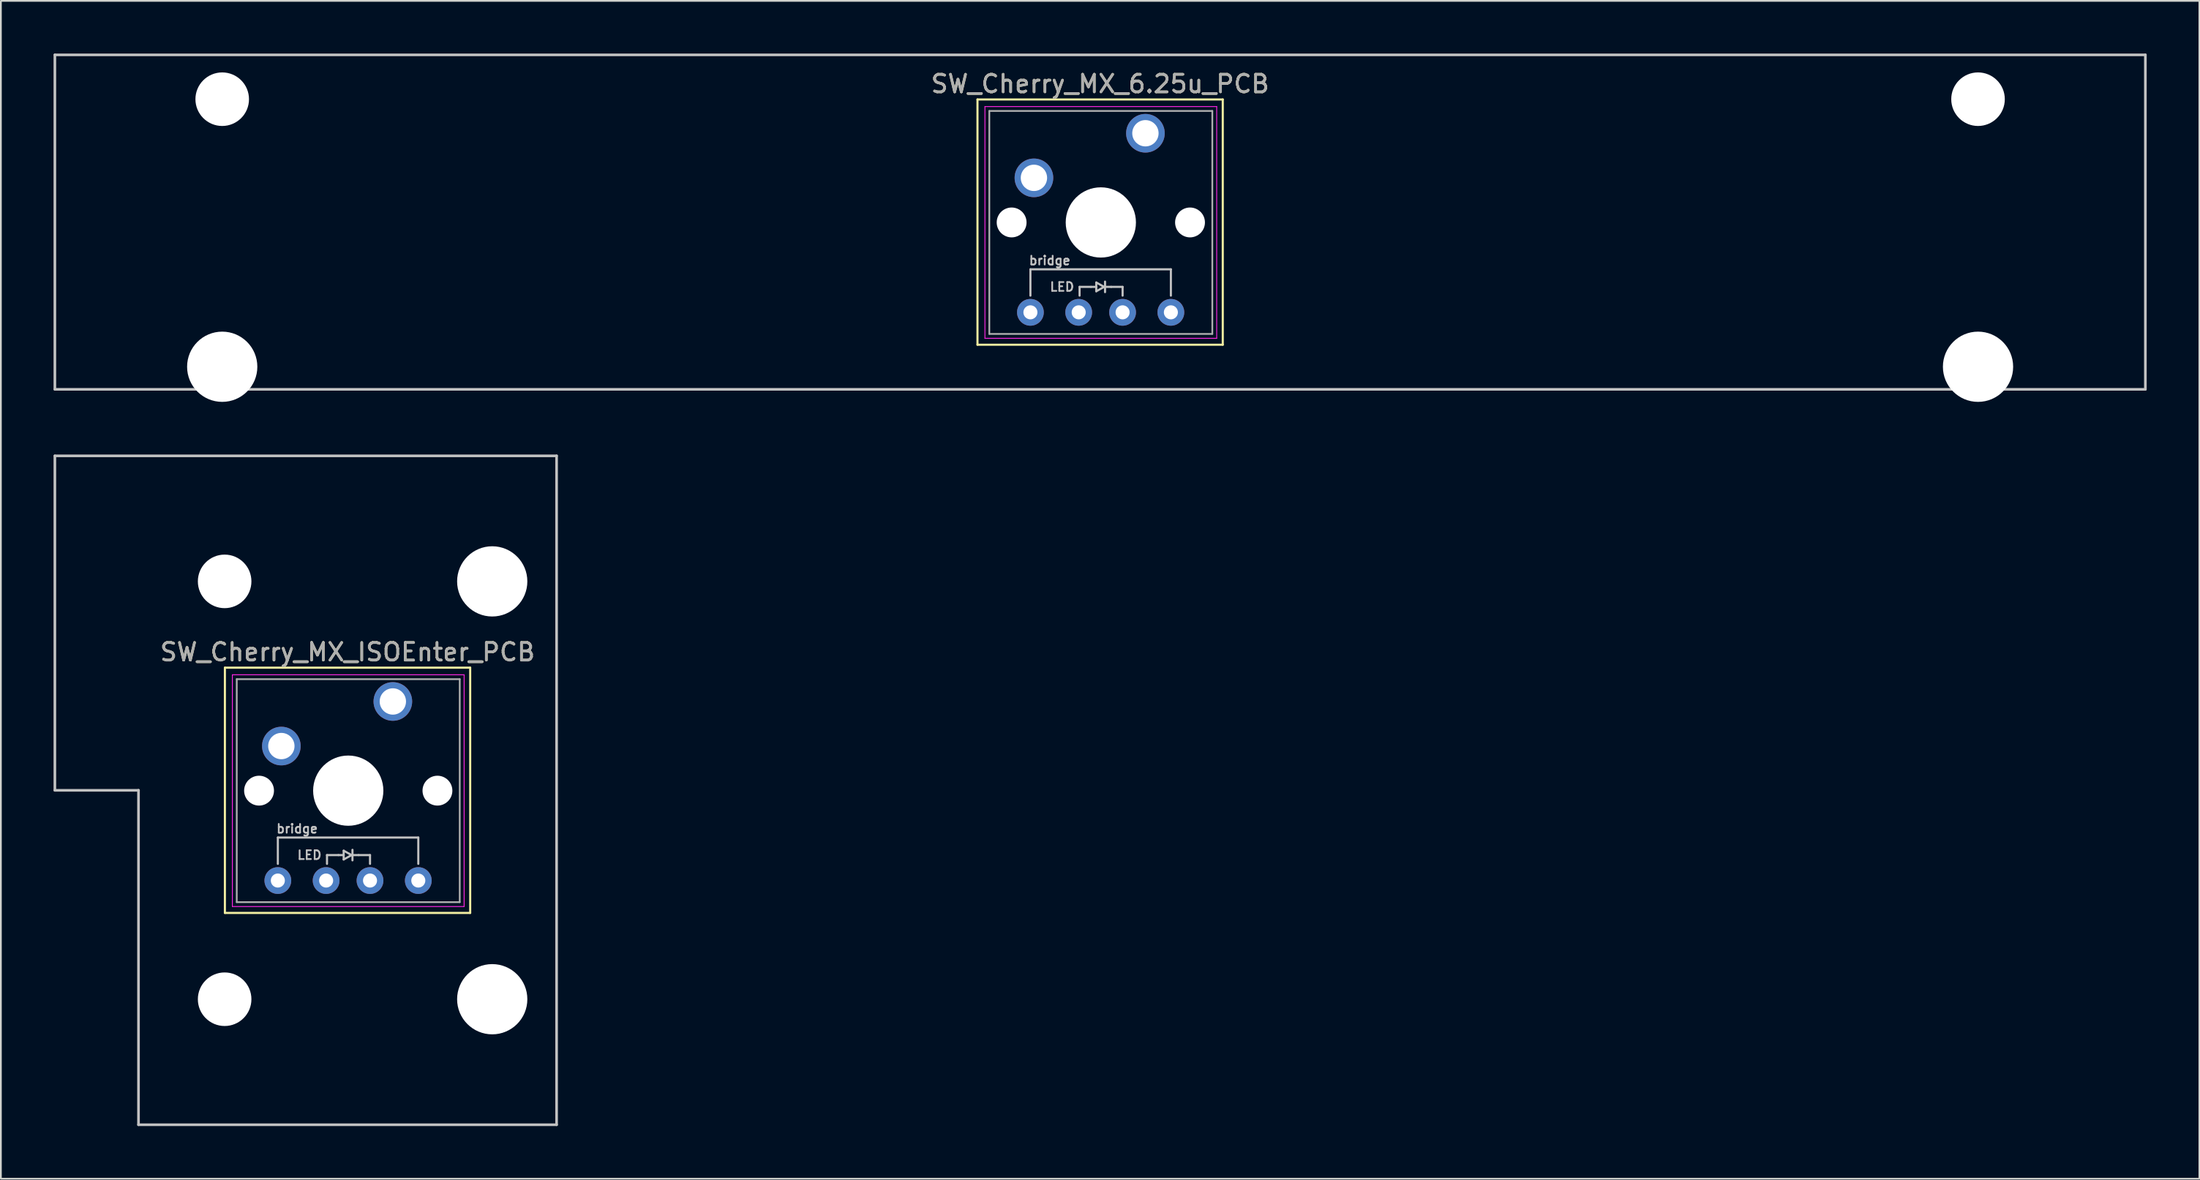
<source format=kicad_pcb>
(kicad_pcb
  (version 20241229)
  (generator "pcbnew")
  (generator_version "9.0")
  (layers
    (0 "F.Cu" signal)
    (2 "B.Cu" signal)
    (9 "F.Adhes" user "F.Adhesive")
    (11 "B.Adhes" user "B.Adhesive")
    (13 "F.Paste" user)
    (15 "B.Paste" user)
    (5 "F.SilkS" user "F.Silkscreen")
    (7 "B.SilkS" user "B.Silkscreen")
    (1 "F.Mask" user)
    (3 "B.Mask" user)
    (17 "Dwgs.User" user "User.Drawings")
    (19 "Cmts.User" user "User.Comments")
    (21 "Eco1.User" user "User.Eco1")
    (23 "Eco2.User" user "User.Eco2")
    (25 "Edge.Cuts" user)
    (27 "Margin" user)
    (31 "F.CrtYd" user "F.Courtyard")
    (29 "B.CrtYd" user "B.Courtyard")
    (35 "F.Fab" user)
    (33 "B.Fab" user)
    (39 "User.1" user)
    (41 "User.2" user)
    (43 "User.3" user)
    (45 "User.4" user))
  (footprint "SW_Cherry_MX_ISOEnter_PCB"
    (layer "F.Cu")
    (at 19.284 36.885)
    (property "Reference" "SW_Cherry_MX_ISOEnter_PCB" (at -2.54 -2.794 0) (layer "F.SilkS") (effects (font (size 1 1) (thickness 0.15))))
    (fp_line (start -9.525 -1.905) (end 4.445 -1.905) (stroke (width 0.12) (type solid)) (layer "F.SilkS"))
    (fp_line (start -9.525 12.065) (end -9.525 -1.905) (stroke (width 0.12) (type solid)) (layer "F.SilkS"))
    (fp_line (start 4.445 -1.905) (end 4.445 12.065) (stroke (width 0.12) (type solid)) (layer "F.SilkS"))
    (fp_line (start 4.445 12.065) (end -9.525 12.065) (stroke (width 0.12) (type solid)) (layer "F.SilkS"))
    (fp_line (start -19.209 -13.97) (end 9.366 -13.97) (stroke (width 0.15) (type solid)) (layer "Dwgs.User"))
    (fp_line (start -19.209 5.08) (end -19.209 -13.97) (stroke (width 0.15) (type solid)) (layer "Dwgs.User"))
    (fp_line (start -14.446 5.08) (end -19.209 5.08) (stroke (width 0.15) (type solid)) (layer "Dwgs.User"))
    (fp_line (start -14.446 24.13) (end -14.446 5.08) (stroke (width 0.15) (type solid)) (layer "Dwgs.User"))
    (fp_line (start -6.51 7.77) (end 1.49 7.77) (stroke (width 0.12) (type solid)) (layer "Dwgs.User"))
    (fp_line (start -6.51 9.27) (end -6.51 7.77) (stroke (width 0.12) (type solid)) (layer "Dwgs.User"))
    (fp_line (start -3.71 8.77) (end -3.71 9.27) (stroke (width 0.12) (type solid)) (layer "Dwgs.User"))
    (fp_line (start -3.06 8.77) (end -3.71 8.77) (stroke (width 0.12) (type solid)) (layer "Dwgs.User"))
    (fp_line (start -3.06 8.77) (end -2.76 8.77) (stroke (width 0.12) (type solid)) (layer "Dwgs.User"))
    (fp_line (start -2.76 8.52) (end -2.76 9.02) (stroke (width 0.12) (type solid)) (layer "Dwgs.User"))
    (fp_line (start -2.76 9.02) (end -2.31 8.77) (stroke (width 0.12) (type solid)) (layer "Dwgs.User"))
    (fp_line (start -2.31 8.77) (end -2.76 8.52) (stroke (width 0.12) (type solid)) (layer "Dwgs.User"))
    (fp_line (start -2.26 8.47) (end -2.26 9.07) (stroke (width 0.12) (type solid)) (layer "Dwgs.User"))
    (fp_line (start -2.26 8.77) (end -1.91 8.77) (stroke (width 0.12) (type solid)) (layer "Dwgs.User"))
    (fp_line (start -1.91 8.77) (end -1.26 8.77) (stroke (width 0.12) (type solid)) (layer "Dwgs.User"))
    (fp_line (start -1.26 8.77) (end -1.26 9.27) (stroke (width 0.12) (type solid)) (layer "Dwgs.User"))
    (fp_line (start 1.49 7.77) (end 1.49 9.27) (stroke (width 0.12) (type solid)) (layer "Dwgs.User"))
    (fp_line (start 9.366 -13.97) (end 9.366 24.13) (stroke (width 0.15) (type solid)) (layer "Dwgs.User"))
    (fp_line (start 9.366 24.13) (end -14.446 24.13) (stroke (width 0.15) (type solid)) (layer "Dwgs.User"))
    (fp_line (start -9.1 -1.5) (end 4.1 -1.5) (stroke (width 0.05) (type solid)) (layer "F.CrtYd"))
    (fp_line (start -9.1 11.7) (end -9.1 -1.5) (stroke (width 0.05) (type solid)) (layer "F.CrtYd"))
    (fp_line (start 4.1 -1.5) (end 4.1 11.7) (stroke (width 0.05) (type solid)) (layer "F.CrtYd"))
    (fp_line (start 4.1 11.7) (end -9.1 11.7) (stroke (width 0.05) (type solid)) (layer "F.CrtYd"))
    (fp_line (start -8.85 -1.25) (end 3.85 -1.25) (stroke (width 0.1) (type solid)) (layer "F.Fab"))
    (fp_line (start -8.85 11.45) (end -8.85 -1.25) (stroke (width 0.1) (type solid)) (layer "F.Fab"))
    (fp_line (start 3.85 -1.25) (end 3.85 11.45) (stroke (width 0.1) (type solid)) (layer "F.Fab"))
    (fp_line (start 3.85 11.45) (end -8.85 11.45) (stroke (width 0.1) (type solid)) (layer "F.Fab"))
    (fp_text user "LED" (at -4.71 8.77 0) (unlocked yes) (layer "Dwgs.User") (effects (font (size 0.5 0.5) (thickness 0.1))))
    (fp_text user "bridge" (at -5.41 7.27 0) (unlocked yes) (layer "Dwgs.User") (effects (font (size 0.5 0.5) (thickness 0.1))))
    (fp_text user "${REFERENCE}" (at -2.54 -2.794 0) (layer "F.Fab") (effects (font (size 1 1) (thickness 0.15))))
    (pad "" np_thru_hole circle (at -9.54 -6.82) (size 3.05 3.05) (drill 3.05) (layers "*.Cu" "*.Mask"))
    (pad "" np_thru_hole circle (at -9.54 16.98) (size 3.05 3.05) (drill 3.05) (layers "*.Cu" "*.Mask"))
    (pad "" np_thru_hole circle (at -7.58 5.1) (size 1.7 1.7) (drill 1.7) (layers "*.Cu" "*.Mask"))
    (pad "" np_thru_hole circle (at -2.5 5.1) (size 4 4) (drill 4) (layers "*.Cu" "*.Mask"))
    (pad "" np_thru_hole circle (at 2.58 5.1) (size 1.7 1.7) (drill 1.7) (layers "*.Cu" "*.Mask"))
    (pad "" np_thru_hole circle (at 5.7 -6.82) (size 4 4) (drill 4) (layers "*.Cu" "*.Mask"))
    (pad "" np_thru_hole circle (at 5.7 16.98) (size 4 4) (drill 4) (layers "*.Cu" "*.Mask"))
    (pad "1" thru_hole circle (at 0.04 0.02) (size 2.2 2.2) (drill 1.5) (layers "*.Cu" "*.Mask"))
    (pad "2" thru_hole circle (at -6.31 2.56) (size 2.2 2.2) (drill 1.5) (layers "*.Cu" "*.Mask"))
    (pad "3" thru_hole circle (at -6.51 10.22) (size 1.524 1.524) (drill 0.8) (layers "*.Cu" "*.Mask"))
    (pad "4" thru_hole circle (at -3.76 10.22) (size 1.524 1.524) (drill 0.8) (layers "*.Cu" "*.Mask"))
    (pad "5" thru_hole circle (at -1.26 10.22) (size 1.524 1.524) (drill 0.8) (layers "*.Cu" "*.Mask"))
    (pad "6" thru_hole circle (at 1.49 10.22) (size 1.524 1.524) (drill 0.8) (layers "*.Cu" "*.Mask")))
  (footprint "SW_Cherry_MX_6.25u_PCB"
    (layer "F.Cu")
    (at 62.146 4.52)
    (property "Reference" "SW_Cherry_MX_6.25u_PCB" (at -2.54 -2.794 0) (layer "F.SilkS") (effects (font (size 1 1) (thickness 0.15))))
    (fp_line (start -9.525 -1.905) (end 4.445 -1.905) (stroke (width 0.12) (type solid)) (layer "F.SilkS"))
    (fp_line (start -9.525 12.065) (end -9.525 -1.905) (stroke (width 0.12) (type solid)) (layer "F.SilkS"))
    (fp_line (start 4.445 -1.905) (end 4.445 12.065) (stroke (width 0.12) (type solid)) (layer "F.SilkS"))
    (fp_line (start 4.445 12.065) (end -9.525 12.065) (stroke (width 0.12) (type solid)) (layer "F.SilkS"))
    (fp_line (start -62.071 -4.445) (end 56.991 -4.445) (stroke (width 0.15) (type solid)) (layer "Dwgs.User"))
    (fp_line (start -62.071 14.605) (end -62.071 -4.445) (stroke (width 0.15) (type solid)) (layer "Dwgs.User"))
    (fp_line (start -6.51 7.77) (end 1.49 7.77) (stroke (width 0.12) (type solid)) (layer "Dwgs.User"))
    (fp_line (start -6.51 9.27) (end -6.51 7.77) (stroke (width 0.12) (type solid)) (layer "Dwgs.User"))
    (fp_line (start -3.71 8.77) (end -3.71 9.27) (stroke (width 0.12) (type solid)) (layer "Dwgs.User"))
    (fp_line (start -3.06 8.77) (end -3.71 8.77) (stroke (width 0.12) (type solid)) (layer "Dwgs.User"))
    (fp_line (start -3.06 8.77) (end -2.76 8.77) (stroke (width 0.12) (type solid)) (layer "Dwgs.User"))
    (fp_line (start -2.76 8.52) (end -2.76 9.02) (stroke (width 0.12) (type solid)) (layer "Dwgs.User"))
    (fp_line (start -2.76 9.02) (end -2.31 8.77) (stroke (width 0.12) (type solid)) (layer "Dwgs.User"))
    (fp_line (start -2.31 8.77) (end -2.76 8.52) (stroke (width 0.12) (type solid)) (layer "Dwgs.User"))
    (fp_line (start -2.26 8.47) (end -2.26 9.07) (stroke (width 0.12) (type solid)) (layer "Dwgs.User"))
    (fp_line (start -2.26 8.77) (end -1.91 8.77) (stroke (width 0.12) (type solid)) (layer "Dwgs.User"))
    (fp_line (start -1.91 8.77) (end -1.26 8.77) (stroke (width 0.12) (type solid)) (layer "Dwgs.User"))
    (fp_line (start -1.26 8.77) (end -1.26 9.27) (stroke (width 0.12) (type solid)) (layer "Dwgs.User"))
    (fp_line (start 1.49 7.77) (end 1.49 9.27) (stroke (width 0.12) (type solid)) (layer "Dwgs.User"))
    (fp_line (start 56.991 -4.445) (end 56.991 14.605) (stroke (width 0.15) (type solid)) (layer "Dwgs.User"))
    (fp_line (start 56.991 14.605) (end -62.071 14.605) (stroke (width 0.15) (type solid)) (layer "Dwgs.User"))
    (fp_line (start -9.1 -1.5) (end 4.1 -1.5) (stroke (width 0.05) (type solid)) (layer "F.CrtYd"))
    (fp_line (start -9.1 11.7) (end -9.1 -1.5) (stroke (width 0.05) (type solid)) (layer "F.CrtYd"))
    (fp_line (start 4.1 -1.5) (end 4.1 11.7) (stroke (width 0.05) (type solid)) (layer "F.CrtYd"))
    (fp_line (start 4.1 11.7) (end -9.1 11.7) (stroke (width 0.05) (type solid)) (layer "F.CrtYd"))
    (fp_line (start -8.85 -1.25) (end 3.85 -1.25) (stroke (width 0.1) (type solid)) (layer "F.Fab"))
    (fp_line (start -8.85 11.45) (end -8.85 -1.25) (stroke (width 0.1) (type solid)) (layer "F.Fab"))
    (fp_line (start 3.85 -1.25) (end 3.85 11.45) (stroke (width 0.1) (type solid)) (layer "F.Fab"))
    (fp_line (start 3.85 11.45) (end -8.85 11.45) (stroke (width 0.1) (type solid)) (layer "F.Fab"))
    (fp_text user "bridge" (at -5.41 7.27 0) (unlocked yes) (layer "Dwgs.User") (effects (font (size 0.5 0.5) (thickness 0.1))))
    (fp_text user "LED" (at -4.71 8.77 0) (unlocked yes) (layer "Dwgs.User") (effects (font (size 0.5 0.5) (thickness 0.1))))
    (fp_text user "${REFERENCE}" (at -2.54 -2.794 0) (layer "F.Fab") (effects (font (size 1 1) (thickness 0.15))))
    (pad "" np_thru_hole circle (at -52.54 -1.92) (size 3.05 3.05) (drill 3.05) (layers "*.Cu" "*.Mask"))
    (pad "" np_thru_hole circle (at -52.54 13.32) (size 4 4) (drill 4) (layers "*.Cu" "*.Mask"))
    (pad "" np_thru_hole circle (at -7.58 5.1) (size 1.7 1.7) (drill 1.7) (layers "*.Cu" "*.Mask"))
    (pad "" np_thru_hole circle (at -2.5 5.1) (size 4 4) (drill 4) (layers "*.Cu" "*.Mask"))
    (pad "" np_thru_hole circle (at 2.58 5.1) (size 1.7 1.7) (drill 1.7) (layers "*.Cu" "*.Mask"))
    (pad "" np_thru_hole circle (at 47.46 -1.92) (size 3.05 3.05) (drill 3.05) (layers "*.Cu" "*.Mask"))
    (pad "" np_thru_hole circle (at 47.46 13.32) (size 4 4) (drill 4) (layers "*.Cu" "*.Mask"))
    (pad "1" thru_hole circle (at 0.04 0.02) (size 2.2 2.2) (drill 1.5) (layers "*.Cu" "*.Mask"))
    (pad "2" thru_hole circle (at -6.31 2.56) (size 2.2 2.2) (drill 1.5) (layers "*.Cu" "*.Mask"))
    (pad "3" thru_hole circle (at -6.51 10.22) (size 1.524 1.524) (drill 0.8) (layers "*.Cu" "*.Mask"))
    (pad "4" thru_hole circle (at -3.76 10.22) (size 1.524 1.524) (drill 0.8) (layers "*.Cu" "*.Mask"))
    (pad "5" thru_hole circle (at -1.26 10.22) (size 1.524 1.524) (drill 0.8) (layers "*.Cu" "*.Mask"))
    (pad "6" thru_hole circle (at 1.49 10.22) (size 1.524 1.524) (drill 0.8) (layers "*.Cu" "*.Mask")))
  (gr_rect
    (start -3 -3)
    (end 122.213 64.09)
    (stroke (width 0.1) (type default))
    (fill no)
    (layer "Edge.Cuts")))
</source>
